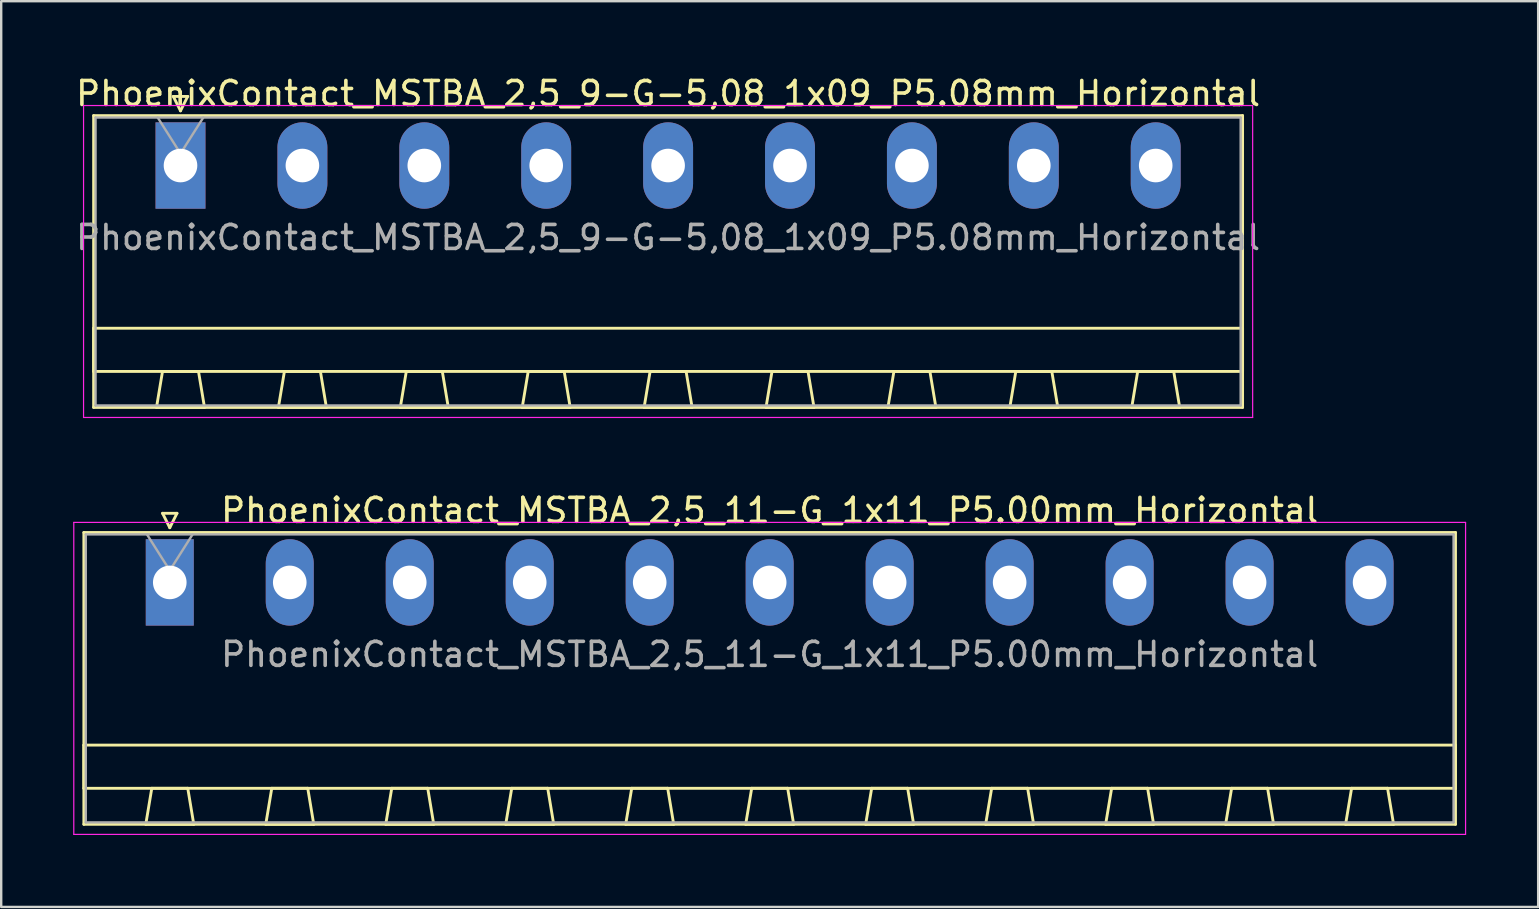
<source format=kicad_pcb>
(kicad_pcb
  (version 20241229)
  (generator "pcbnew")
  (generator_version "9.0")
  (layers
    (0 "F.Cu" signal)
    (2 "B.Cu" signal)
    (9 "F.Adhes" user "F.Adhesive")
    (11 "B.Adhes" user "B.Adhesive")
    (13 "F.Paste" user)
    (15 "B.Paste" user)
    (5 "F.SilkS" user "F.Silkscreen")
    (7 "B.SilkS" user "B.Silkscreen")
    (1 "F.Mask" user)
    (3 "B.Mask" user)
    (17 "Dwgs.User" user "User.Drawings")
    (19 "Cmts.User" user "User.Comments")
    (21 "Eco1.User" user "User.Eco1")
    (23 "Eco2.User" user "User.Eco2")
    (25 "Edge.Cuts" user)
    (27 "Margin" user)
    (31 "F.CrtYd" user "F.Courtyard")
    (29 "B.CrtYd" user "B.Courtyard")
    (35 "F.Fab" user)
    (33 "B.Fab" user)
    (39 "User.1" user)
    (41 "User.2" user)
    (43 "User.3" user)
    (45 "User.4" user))
  (footprint "PhoenixContact_MSTBA_2,5_11-G_1x11_P5.00mm_Horizontal"
    (layer "F.Cu")
    (at 4.025 21.221)
    (property "Reference" "PhoenixContact_MSTBA_2,5_11-G_1x11_P5.00mm_Horizontal" (at 25 -3 0) (layer "F.SilkS") (effects (font (size 1 1) (thickness 0.15))))
    (attr through_hole)
    (fp_line (start -3.58 -2.08) (end -3.58 10.08) (stroke (width 0.12) (type solid)) (layer "F.SilkS"))
    (fp_line (start -3.58 6.78) (end 53.58 6.78) (stroke (width 0.12) (type solid)) (layer "F.SilkS"))
    (fp_line (start -3.58 8.58) (end -3.58 6.78) (stroke (width 0.12) (type solid)) (layer "F.SilkS"))
    (fp_line (start -3.58 10.08) (end 53.58 10.08) (stroke (width 0.12) (type solid)) (layer "F.SilkS"))
    (fp_line (start -1 10.08) (end 1 10.08) (stroke (width 0.12) (type solid)) (layer "F.SilkS"))
    (fp_line (start -0.75 8.58) (end -1 10.08) (stroke (width 0.12) (type solid)) (layer "F.SilkS"))
    (fp_line (start -0.3 -2.88) (end 0.3 -2.88) (stroke (width 0.12) (type solid)) (layer "F.SilkS"))
    (fp_line (start 0 -2.28) (end -0.3 -2.88) (stroke (width 0.12) (type solid)) (layer "F.SilkS"))
    (fp_line (start 0.3 -2.88) (end 0 -2.28) (stroke (width 0.12) (type solid)) (layer "F.SilkS"))
    (fp_line (start 0.75 8.58) (end -0.75 8.58) (stroke (width 0.12) (type solid)) (layer "F.SilkS"))
    (fp_line (start 1 10.08) (end 0.75 8.58) (stroke (width 0.12) (type solid)) (layer "F.SilkS"))
    (fp_line (start 4 10.08) (end 6 10.08) (stroke (width 0.12) (type solid)) (layer "F.SilkS"))
    (fp_line (start 4.25 8.58) (end 4 10.08) (stroke (width 0.12) (type solid)) (layer "F.SilkS"))
    (fp_line (start 5.75 8.58) (end 4.25 8.58) (stroke (width 0.12) (type solid)) (layer "F.SilkS"))
    (fp_line (start 6 10.08) (end 5.75 8.58) (stroke (width 0.12) (type solid)) (layer "F.SilkS"))
    (fp_line (start 9 10.08) (end 11 10.08) (stroke (width 0.12) (type solid)) (layer "F.SilkS"))
    (fp_line (start 9.25 8.58) (end 9 10.08) (stroke (width 0.12) (type solid)) (layer "F.SilkS"))
    (fp_line (start 10.75 8.58) (end 9.25 8.58) (stroke (width 0.12) (type solid)) (layer "F.SilkS"))
    (fp_line (start 11 10.08) (end 10.75 8.58) (stroke (width 0.12) (type solid)) (layer "F.SilkS"))
    (fp_line (start 14 10.08) (end 16 10.08) (stroke (width 0.12) (type solid)) (layer "F.SilkS"))
    (fp_line (start 14.25 8.58) (end 14 10.08) (stroke (width 0.12) (type solid)) (layer "F.SilkS"))
    (fp_line (start 15.75 8.58) (end 14.25 8.58) (stroke (width 0.12) (type solid)) (layer "F.SilkS"))
    (fp_line (start 16 10.08) (end 15.75 8.58) (stroke (width 0.12) (type solid)) (layer "F.SilkS"))
    (fp_line (start 19 10.08) (end 21 10.08) (stroke (width 0.12) (type solid)) (layer "F.SilkS"))
    (fp_line (start 19.25 8.58) (end 19 10.08) (stroke (width 0.12) (type solid)) (layer "F.SilkS"))
    (fp_line (start 20.75 8.58) (end 19.25 8.58) (stroke (width 0.12) (type solid)) (layer "F.SilkS"))
    (fp_line (start 21 10.08) (end 20.75 8.58) (stroke (width 0.12) (type solid)) (layer "F.SilkS"))
    (fp_line (start 24 10.08) (end 26 10.08) (stroke (width 0.12) (type solid)) (layer "F.SilkS"))
    (fp_line (start 24.25 8.58) (end 24 10.08) (stroke (width 0.12) (type solid)) (layer "F.SilkS"))
    (fp_line (start 25.75 8.58) (end 24.25 8.58) (stroke (width 0.12) (type solid)) (layer "F.SilkS"))
    (fp_line (start 26 10.08) (end 25.75 8.58) (stroke (width 0.12) (type solid)) (layer "F.SilkS"))
    (fp_line (start 29 10.08) (end 31 10.08) (stroke (width 0.12) (type solid)) (layer "F.SilkS"))
    (fp_line (start 29.25 8.58) (end 29 10.08) (stroke (width 0.12) (type solid)) (layer "F.SilkS"))
    (fp_line (start 30.75 8.58) (end 29.25 8.58) (stroke (width 0.12) (type solid)) (layer "F.SilkS"))
    (fp_line (start 31 10.08) (end 30.75 8.58) (stroke (width 0.12) (type solid)) (layer "F.SilkS"))
    (fp_line (start 34 10.08) (end 36 10.08) (stroke (width 0.12) (type solid)) (layer "F.SilkS"))
    (fp_line (start 34.25 8.58) (end 34 10.08) (stroke (width 0.12) (type solid)) (layer "F.SilkS"))
    (fp_line (start 35.75 8.58) (end 34.25 8.58) (stroke (width 0.12) (type solid)) (layer "F.SilkS"))
    (fp_line (start 36 10.08) (end 35.75 8.58) (stroke (width 0.12) (type solid)) (layer "F.SilkS"))
    (fp_line (start 39 10.08) (end 41 10.08) (stroke (width 0.12) (type solid)) (layer "F.SilkS"))
    (fp_line (start 39.25 8.58) (end 39 10.08) (stroke (width 0.12) (type solid)) (layer "F.SilkS"))
    (fp_line (start 40.75 8.58) (end 39.25 8.58) (stroke (width 0.12) (type solid)) (layer "F.SilkS"))
    (fp_line (start 41 10.08) (end 40.75 8.58) (stroke (width 0.12) (type solid)) (layer "F.SilkS"))
    (fp_line (start 44 10.08) (end 46 10.08) (stroke (width 0.12) (type solid)) (layer "F.SilkS"))
    (fp_line (start 44.25 8.58) (end 44 10.08) (stroke (width 0.12) (type solid)) (layer "F.SilkS"))
    (fp_line (start 45.75 8.58) (end 44.25 8.58) (stroke (width 0.12) (type solid)) (layer "F.SilkS"))
    (fp_line (start 46 10.08) (end 45.75 8.58) (stroke (width 0.12) (type solid)) (layer "F.SilkS"))
    (fp_line (start 49 10.08) (end 51 10.08) (stroke (width 0.12) (type solid)) (layer "F.SilkS"))
    (fp_line (start 49.25 8.58) (end 49 10.08) (stroke (width 0.12) (type solid)) (layer "F.SilkS"))
    (fp_line (start 50.75 8.58) (end 49.25 8.58) (stroke (width 0.12) (type solid)) (layer "F.SilkS"))
    (fp_line (start 51 10.08) (end 50.75 8.58) (stroke (width 0.12) (type solid)) (layer "F.SilkS"))
    (fp_line (start 53.58 -2.08) (end -3.58 -2.08) (stroke (width 0.12) (type solid)) (layer "F.SilkS"))
    (fp_line (start 53.58 6.78) (end 53.58 8.58) (stroke (width 0.12) (type solid)) (layer "F.SilkS"))
    (fp_line (start 53.58 8.58) (end -3.58 8.58) (stroke (width 0.12) (type solid)) (layer "F.SilkS"))
    (fp_line (start 53.58 10.08) (end 53.58 -2.08) (stroke (width 0.12) (type solid)) (layer "F.SilkS"))
    (fp_line (start -4 -2.5) (end -4 10.5) (stroke (width 0.05) (type solid)) (layer "F.CrtYd"))
    (fp_line (start -4 10.5) (end 54 10.5) (stroke (width 0.05) (type solid)) (layer "F.CrtYd"))
    (fp_line (start 54 -2.5) (end -4 -2.5) (stroke (width 0.05) (type solid)) (layer "F.CrtYd"))
    (fp_line (start 54 10.5) (end 54 -2.5) (stroke (width 0.05) (type solid)) (layer "F.CrtYd"))
    (fp_line (start -3.5 -2) (end -3.5 10) (stroke (width 0.1) (type solid)) (layer "F.Fab"))
    (fp_line (start -3.5 10) (end 53.5 10) (stroke (width 0.1) (type solid)) (layer "F.Fab"))
    (fp_line (start 0 -0.5) (end -0.95 -2) (stroke (width 0.1) (type solid)) (layer "F.Fab"))
    (fp_line (start 0.95 -2) (end 0 -0.5) (stroke (width 0.1) (type solid)) (layer "F.Fab"))
    (fp_line (start 53.5 -2) (end -3.5 -2) (stroke (width 0.1) (type solid)) (layer "F.Fab"))
    (fp_line (start 53.5 10) (end 53.5 -2) (stroke (width 0.1) (type solid)) (layer "F.Fab"))
    (fp_text user "${REFERENCE}" (at 25 3 0) (layer "F.Fab") (effects (font (size 1 1) (thickness 0.15))))
    (pad "1" thru_hole rect (at 0 0) (size 2 3.6) (drill 1.4) (layers "*.Cu" "*.Mask"))
    (pad "2" thru_hole oval (at 5 0) (size 2 3.6) (drill 1.4) (layers "*.Cu" "*.Mask"))
    (pad "3" thru_hole oval (at 10 0) (size 2 3.6) (drill 1.4) (layers "*.Cu" "*.Mask"))
    (pad "4" thru_hole oval (at 15 0) (size 2 3.6) (drill 1.4) (layers "*.Cu" "*.Mask"))
    (pad "5" thru_hole oval (at 20 0) (size 2 3.6) (drill 1.4) (layers "*.Cu" "*.Mask"))
    (pad "6" thru_hole oval (at 25 0) (size 2 3.6) (drill 1.4) (layers "*.Cu" "*.Mask"))
    (pad "7" thru_hole oval (at 30 0) (size 2 3.6) (drill 1.4) (layers "*.Cu" "*.Mask"))
    (pad "8" thru_hole oval (at 35 0) (size 2 3.6) (drill 1.4) (layers "*.Cu" "*.Mask"))
    (pad "9" thru_hole oval (at 40 0) (size 2 3.6) (drill 1.4) (layers "*.Cu" "*.Mask"))
    (pad "10" thru_hole oval (at 45 0) (size 2 3.6) (drill 1.4) (layers "*.Cu" "*.Mask"))
    (pad "11" thru_hole oval (at 50 0) (size 2 3.6) (drill 1.4) (layers "*.Cu" "*.Mask")))
  (footprint "PhoenixContact_MSTBA_2,5_9-G-5,08_1x09_P5.08mm_Horizontal"
    (layer "F.Cu")
    (at 4.472 3.848)
    (property "Reference" "PhoenixContact_MSTBA_2,5_9-G-5,08_1x09_P5.08mm_Horizontal" (at 20.32 -3 0) (layer "F.SilkS") (effects (font (size 1 1) (thickness 0.15))))
    (attr through_hole)
    (fp_line (start -3.62 -2.08) (end -3.62 10.08) (stroke (width 0.12) (type solid)) (layer "F.SilkS"))
    (fp_line (start -3.62 6.78) (end 44.26 6.78) (stroke (width 0.12) (type solid)) (layer "F.SilkS"))
    (fp_line (start -3.62 8.58) (end -3.62 6.78) (stroke (width 0.12) (type solid)) (layer "F.SilkS"))
    (fp_line (start -3.62 10.08) (end 44.26 10.08) (stroke (width 0.12) (type solid)) (layer "F.SilkS"))
    (fp_line (start -1 10.08) (end 1 10.08) (stroke (width 0.12) (type solid)) (layer "F.SilkS"))
    (fp_line (start -0.75 8.58) (end -1 10.08) (stroke (width 0.12) (type solid)) (layer "F.SilkS"))
    (fp_line (start -0.3 -2.88) (end 0.3 -2.88) (stroke (width 0.12) (type solid)) (layer "F.SilkS"))
    (fp_line (start 0 -2.28) (end -0.3 -2.88) (stroke (width 0.12) (type solid)) (layer "F.SilkS"))
    (fp_line (start 0.3 -2.88) (end 0 -2.28) (stroke (width 0.12) (type solid)) (layer "F.SilkS"))
    (fp_line (start 0.75 8.58) (end -0.75 8.58) (stroke (width 0.12) (type solid)) (layer "F.SilkS"))
    (fp_line (start 1 10.08) (end 0.75 8.58) (stroke (width 0.12) (type solid)) (layer "F.SilkS"))
    (fp_line (start 4.08 10.08) (end 6.08 10.08) (stroke (width 0.12) (type solid)) (layer "F.SilkS"))
    (fp_line (start 4.33 8.58) (end 4.08 10.08) (stroke (width 0.12) (type solid)) (layer "F.SilkS"))
    (fp_line (start 5.83 8.58) (end 4.33 8.58) (stroke (width 0.12) (type solid)) (layer "F.SilkS"))
    (fp_line (start 6.08 10.08) (end 5.83 8.58) (stroke (width 0.12) (type solid)) (layer "F.SilkS"))
    (fp_line (start 9.16 10.08) (end 11.16 10.08) (stroke (width 0.12) (type solid)) (layer "F.SilkS"))
    (fp_line (start 9.41 8.58) (end 9.16 10.08) (stroke (width 0.12) (type solid)) (layer "F.SilkS"))
    (fp_line (start 10.91 8.58) (end 9.41 8.58) (stroke (width 0.12) (type solid)) (layer "F.SilkS"))
    (fp_line (start 11.16 10.08) (end 10.91 8.58) (stroke (width 0.12) (type solid)) (layer "F.SilkS"))
    (fp_line (start 14.24 10.08) (end 16.24 10.08) (stroke (width 0.12) (type solid)) (layer "F.SilkS"))
    (fp_line (start 14.49 8.58) (end 14.24 10.08) (stroke (width 0.12) (type solid)) (layer "F.SilkS"))
    (fp_line (start 15.99 8.58) (end 14.49 8.58) (stroke (width 0.12) (type solid)) (layer "F.SilkS"))
    (fp_line (start 16.24 10.08) (end 15.99 8.58) (stroke (width 0.12) (type solid)) (layer "F.SilkS"))
    (fp_line (start 19.32 10.08) (end 21.32 10.08) (stroke (width 0.12) (type solid)) (layer "F.SilkS"))
    (fp_line (start 19.57 8.58) (end 19.32 10.08) (stroke (width 0.12) (type solid)) (layer "F.SilkS"))
    (fp_line (start 21.07 8.58) (end 19.57 8.58) (stroke (width 0.12) (type solid)) (layer "F.SilkS"))
    (fp_line (start 21.32 10.08) (end 21.07 8.58) (stroke (width 0.12) (type solid)) (layer "F.SilkS"))
    (fp_line (start 24.4 10.08) (end 26.4 10.08) (stroke (width 0.12) (type solid)) (layer "F.SilkS"))
    (fp_line (start 24.65 8.58) (end 24.4 10.08) (stroke (width 0.12) (type solid)) (layer "F.SilkS"))
    (fp_line (start 26.15 8.58) (end 24.65 8.58) (stroke (width 0.12) (type solid)) (layer "F.SilkS"))
    (fp_line (start 26.4 10.08) (end 26.15 8.58) (stroke (width 0.12) (type solid)) (layer "F.SilkS"))
    (fp_line (start 29.48 10.08) (end 31.48 10.08) (stroke (width 0.12) (type solid)) (layer "F.SilkS"))
    (fp_line (start 29.73 8.58) (end 29.48 10.08) (stroke (width 0.12) (type solid)) (layer "F.SilkS"))
    (fp_line (start 31.23 8.58) (end 29.73 8.58) (stroke (width 0.12) (type solid)) (layer "F.SilkS"))
    (fp_line (start 31.48 10.08) (end 31.23 8.58) (stroke (width 0.12) (type solid)) (layer "F.SilkS"))
    (fp_line (start 34.56 10.08) (end 36.56 10.08) (stroke (width 0.12) (type solid)) (layer "F.SilkS"))
    (fp_line (start 34.81 8.58) (end 34.56 10.08) (stroke (width 0.12) (type solid)) (layer "F.SilkS"))
    (fp_line (start 36.31 8.58) (end 34.81 8.58) (stroke (width 0.12) (type solid)) (layer "F.SilkS"))
    (fp_line (start 36.56 10.08) (end 36.31 8.58) (stroke (width 0.12) (type solid)) (layer "F.SilkS"))
    (fp_line (start 39.64 10.08) (end 41.64 10.08) (stroke (width 0.12) (type solid)) (layer "F.SilkS"))
    (fp_line (start 39.89 8.58) (end 39.64 10.08) (stroke (width 0.12) (type solid)) (layer "F.SilkS"))
    (fp_line (start 41.39 8.58) (end 39.89 8.58) (stroke (width 0.12) (type solid)) (layer "F.SilkS"))
    (fp_line (start 41.64 10.08) (end 41.39 8.58) (stroke (width 0.12) (type solid)) (layer "F.SilkS"))
    (fp_line (start 44.26 -2.08) (end -3.62 -2.08) (stroke (width 0.12) (type solid)) (layer "F.SilkS"))
    (fp_line (start 44.26 6.78) (end 44.26 8.58) (stroke (width 0.12) (type solid)) (layer "F.SilkS"))
    (fp_line (start 44.26 8.58) (end -3.62 8.58) (stroke (width 0.12) (type solid)) (layer "F.SilkS"))
    (fp_line (start 44.26 10.08) (end 44.26 -2.08) (stroke (width 0.12) (type solid)) (layer "F.SilkS"))
    (fp_line (start -4.04 -2.5) (end -4.04 10.5) (stroke (width 0.05) (type solid)) (layer "F.CrtYd"))
    (fp_line (start -4.04 10.5) (end 44.68 10.5) (stroke (width 0.05) (type solid)) (layer "F.CrtYd"))
    (fp_line (start 44.68 -2.5) (end -4.04 -2.5) (stroke (width 0.05) (type solid)) (layer "F.CrtYd"))
    (fp_line (start 44.68 10.5) (end 44.68 -2.5) (stroke (width 0.05) (type solid)) (layer "F.CrtYd"))
    (fp_line (start -3.54 -2) (end -3.54 10) (stroke (width 0.1) (type solid)) (layer "F.Fab"))
    (fp_line (start -3.54 10) (end 44.18 10) (stroke (width 0.1) (type solid)) (layer "F.Fab"))
    (fp_line (start 0 -0.5) (end -0.95 -2) (stroke (width 0.1) (type solid)) (layer "F.Fab"))
    (fp_line (start 0.95 -2) (end 0 -0.5) (stroke (width 0.1) (type solid)) (layer "F.Fab"))
    (fp_line (start 44.18 -2) (end -3.54 -2) (stroke (width 0.1) (type solid)) (layer "F.Fab"))
    (fp_line (start 44.18 10) (end 44.18 -2) (stroke (width 0.1) (type solid)) (layer "F.Fab"))
    (fp_text user "${REFERENCE}" (at 20.32 3 0) (layer "F.Fab") (effects (font (size 1 1) (thickness 0.15))))
    (pad "1" thru_hole rect (at 0 0) (size 2.08 3.6) (drill 1.4) (layers "*.Cu" "*.Mask"))
    (pad "2" thru_hole oval (at 5.08 0) (size 2.08 3.6) (drill 1.4) (layers "*.Cu" "*.Mask"))
    (pad "3" thru_hole oval (at 10.16 0) (size 2.08 3.6) (drill 1.4) (layers "*.Cu" "*.Mask"))
    (pad "4" thru_hole oval (at 15.24 0) (size 2.08 3.6) (drill 1.4) (layers "*.Cu" "*.Mask"))
    (pad "5" thru_hole oval (at 20.32 0) (size 2.08 3.6) (drill 1.4) (layers "*.Cu" "*.Mask"))
    (pad "6" thru_hole oval (at 25.4 0) (size 2.08 3.6) (drill 1.4) (layers "*.Cu" "*.Mask"))
    (pad "7" thru_hole oval (at 30.48 0) (size 2.08 3.6) (drill 1.4) (layers "*.Cu" "*.Mask"))
    (pad "8" thru_hole oval (at 35.56 0) (size 2.08 3.6) (drill 1.4) (layers "*.Cu" "*.Mask"))
    (pad "9" thru_hole oval (at 40.64 0) (size 2.08 3.6) (drill 1.4) (layers "*.Cu" "*.Mask")))
  (gr_rect
    (start -3 -3)
    (end 61.05 34.746)
    (stroke (width 0.1) (type default))
    (fill no)
    (layer "Edge.Cuts")))
</source>
